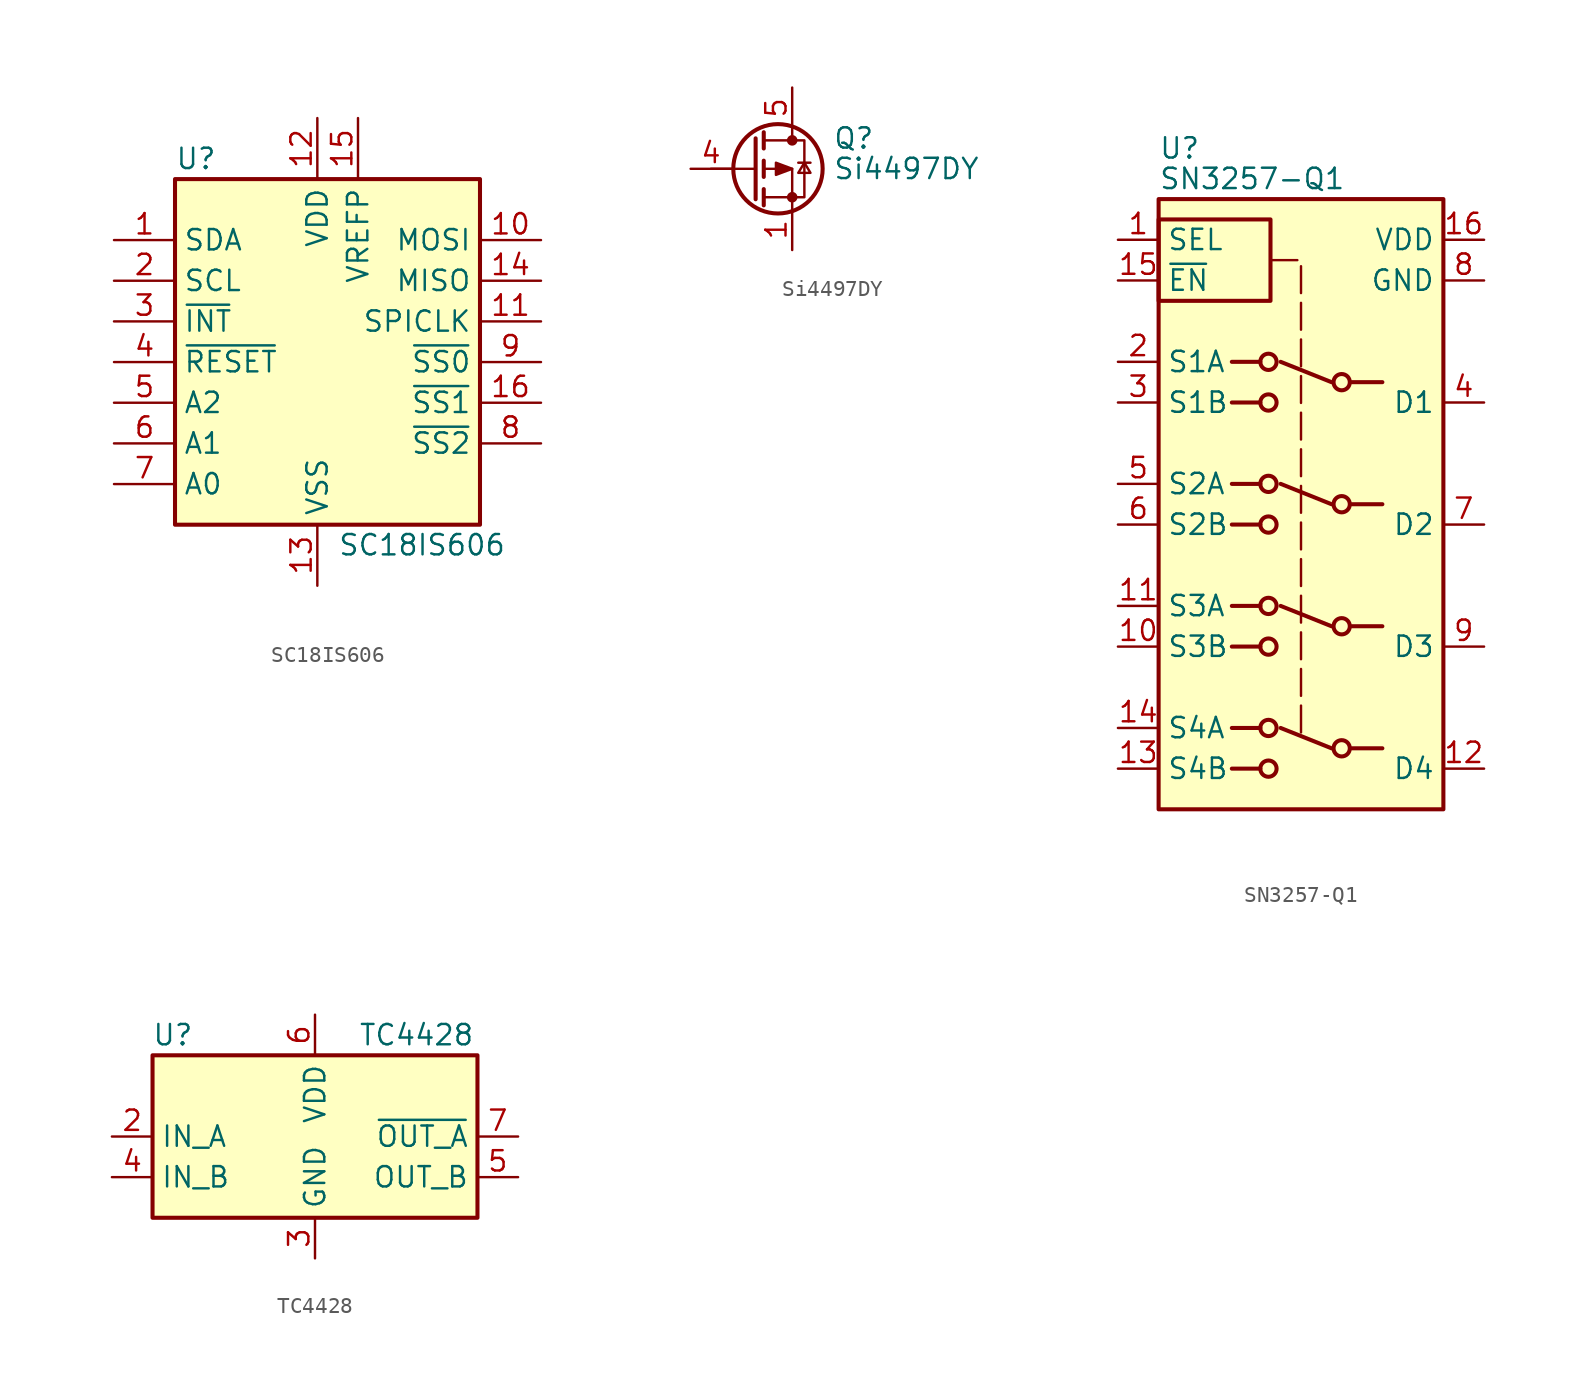
<source format=kicad_sym>
(kicad_symbol_lib
  (version 20231120)
  (generator "kicad_symbol_editor")
  (generator_version "8.0")
  (symbol "SC18IS606"
    (property "Reference" "U"
      (at -8.255 10.16 0)
      (effects (font (size 1.27 1.27)) (justify left)))
    (property "Value" "SC18IS606"
      (at 1.905 -13.97 0)
      (effects (font (size 1.27 1.27)) (justify left)))
    (symbol "SC18IS606_0_1"
      (rectangle (start -8.255 8.89) (end 10.795 -12.7) (stroke (width 0.254) (type default)) (fill (type background))))
    (symbol "SC18IS606_1_1"
      (pin bidirectional line (at -12.065 5.08 0) (length 3.81) (name "SDA" (effects (font (size 1.27 1.27)))) (number "1" (effects (font (size 1.27 1.27)))))
      (pin output line (at 14.605 5.08 180) (length 3.81) (name "MOSI" (effects (font (size 1.27 1.27)))) (number "10" (effects (font (size 1.27 1.27)))))
      (pin output line (at 14.605 0 180) (length 3.81) (name "SPICLK" (effects (font (size 1.27 1.27)))) (number "11" (effects (font (size 1.27 1.27)))))
      (pin power_in line (at 0.635 12.7 270) (length 3.81) (name "VDD" (effects (font (size 1.27 1.27)))) (number "12" (effects (font (size 1.27 1.27)))))
      (pin power_in line (at 0.635 -16.51 90) (length 3.81) (name "VSS" (effects (font (size 1.27 1.27)))) (number "13" (effects (font (size 1.27 1.27)))))
      (pin input line (at 14.605 2.54 180) (length 3.81) (name "MISO" (effects (font (size 1.27 1.27)))) (number "14" (effects (font (size 1.27 1.27)))))
      (pin input line (at 3.175 12.7 270) (length 3.81) (name "VREFP" (effects (font (size 1.27 1.27)))) (number "15" (effects (font (size 1.27 1.27)))))
      (pin output line (at 14.605 -5.08 180) (length 3.81) (name "~{SS1}" (effects (font (size 1.27 1.27)))) (number "16" (effects (font (size 1.27 1.27)))))
      (pin bidirectional line (at -12.065 2.54 0) (length 3.81) (name "SCL" (effects (font (size 1.27 1.27)))) (number "2" (effects (font (size 1.27 1.27)))))
      (pin output line (at -12.065 0 0) (length 3.81) (name "~{INT}" (effects (font (size 1.27 1.27)))) (number "3" (effects (font (size 1.27 1.27)))))
      (pin input line (at -12.065 -2.54 0) (length 3.81) (name "~{RESET}" (effects (font (size 1.27 1.27)))) (number "4" (effects (font (size 1.27 1.27)))))
      (pin input line (at -12.065 -5.08 0) (length 3.81) (name "A2" (effects (font (size 1.27 1.27)))) (number "5" (effects (font (size 1.27 1.27)))))
      (pin input line (at -12.065 -7.62 0) (length 3.81) (name "A1" (effects (font (size 1.27 1.27)))) (number "6" (effects (font (size 1.27 1.27)))))
      (pin input line (at -12.065 -10.16 0) (length 3.81) (name "A0" (effects (font (size 1.27 1.27)))) (number "7" (effects (font (size 1.27 1.27)))))
      (pin output line (at 14.605 -7.62 180) (length 3.81) (name "~{SS2}" (effects (font (size 1.27 1.27)))) (number "8" (effects (font (size 1.27 1.27)))))
      (pin output line (at 14.605 -2.54 180) (length 3.81) (name "~{SS0}" (effects (font (size 1.27 1.27)))) (number "9" (effects (font (size 1.27 1.27)))))))
  (symbol "Si4497DY"
    (pin_names hide)
    (property "Reference" "Q"
      (at 5.08 1.905 0)
      (effects (font (size 1.27 1.27)) (justify left)))
    (property "Value" "Si4497DY"
      (at 5.08 0 0)
      (effects (font (size 1.27 1.27)) (justify left)))
    (symbol "Si4497DY_0_1"
      (polyline (pts (xy 0.254 0) (xy -2.54 0)) (stroke (width 0) (type default)) (fill (type none)))
      (polyline (pts (xy 0.254 1.905) (xy 0.254 -1.905)) (stroke (width 0.254) (type default)) (fill (type none)))
      (polyline (pts (xy 0.762 -1.27) (xy 0.762 -2.286)) (stroke (width 0.254) (type default)) (fill (type none)))
      (polyline (pts (xy 0.762 0.508) (xy 0.762 -0.508)) (stroke (width 0.254) (type default)) (fill (type none)))
      (polyline (pts (xy 0.762 2.286) (xy 0.762 1.27)) (stroke (width 0.254) (type default)) (fill (type none)))
      (polyline (pts (xy 2.54 2.54) (xy 2.54 1.778)) (stroke (width 0) (type default)) (fill (type none)))
      (polyline (pts (xy 2.921 0.381) (xy 3.683 0.381)) (stroke (width 0) (type default)) (fill (type none)))
      (polyline (pts (xy 2.54 -2.54) (xy 2.54 0) (xy 0.762 0)) (stroke (width 0) (type default)) (fill (type none)))
      (polyline (pts (xy 0.762 -1.778) (xy 3.302 -1.778) (xy 3.302 1.778) (xy 0.762 1.778)) (stroke (width 0) (type default)) (fill (type none)))
      (polyline (pts (xy 2.54 0) (xy 1.524 0.381) (xy 1.524 -0.381) (xy 2.54 0)) (stroke (width 0) (type default)) (fill (type outline)))
      (polyline (pts (xy 3.302 0.381) (xy 2.921 -0.254) (xy 3.683 -0.254) (xy 3.302 0.381)) (stroke (width 0) (type default)) (fill (type none)))
      (circle (center 1.651 0) (radius 2.794) (stroke (width 0.254) (type default)) (fill (type none)))
      (circle (center 2.54 -1.778) (radius 0.254) (stroke (width 0) (type default)) (fill (type outline)))
      (circle (center 2.54 1.778) (radius 0.254) (stroke (width 0) (type default)) (fill (type outline))))
    (symbol "Si4497DY_1_1"
      (pin passive line (at 2.54 -5.08 90) (length 2.54) (name "S" (effects (font (size 1.27 1.27)))) (number "1" (effects (font (size 1.27 1.27)))))
      (pin passive line (at 2.54 -5.08 90) (length 2.54) hide (name "S" (effects (font (size 1.27 1.27)))) (number "2" (effects (font (size 1.27 1.27)))))
      (pin input line (at 2.54 -5.08 90) (length 2.54) hide (name "S" (effects (font (size 1.27 1.27)))) (number "3" (effects (font (size 1.27 1.27)))))
      (pin passive line (at -3.81 0 0) (length 2.54) (name "G" (effects (font (size 1.27 1.27)))) (number "4" (effects (font (size 1.27 1.27)))))
      (pin passive line (at 2.54 5.08 270) (length 2.54) (name "D" (effects (font (size 1.27 1.27)))) (number "5" (effects (font (size 1.27 1.27)))))
      (pin passive line (at 2.54 5.08 270) (length 2.54) hide (name "D" (effects (font (size 1.27 1.27)))) (number "6" (effects (font (size 1.27 1.27)))))
      (pin passive line (at 2.54 5.08 270) (length 2.54) hide (name "D" (effects (font (size 1.27 1.27)))) (number "7" (effects (font (size 1.27 1.27)))))
      (pin passive line (at 2.54 5.08 270) (length 2.54) hide (name "D" (effects (font (size 1.27 1.27)))) (number "8" (effects (font (size 1.27 1.27)))))))
  (symbol "SN3257-Q1"
    (property "Reference" "U"
      (at -7.62 23.495 0)
      (effects (font (size 1.27 1.27)) (justify left)))
    (property "Value" "SN3257-Q1"
      (at -7.62 21.59 0)
      (effects (font (size 1.27 1.27)) (justify left)))
    (symbol "SN3257-Q1_0_1"
      (rectangle (start -7.62 19.05) (end -0.635 13.97) (stroke (width 0.254) (type default)) (fill (type none)))
      (rectangle (start -7.62 20.32) (end 10.16 -17.78) (stroke (width 0.254) (type default)) (fill (type background)))
      (circle (center -0.762 -15.24) (radius 0.508) (stroke (width 0.254) (type default)) (fill (type none)))
      (circle (center -0.762 -12.7) (radius 0.508) (stroke (width 0.254) (type default)) (fill (type none)))
      (circle (center -0.762 -7.62) (radius 0.508) (stroke (width 0.254) (type default)) (fill (type none)))
      (circle (center -0.762 -5.08) (radius 0.508) (stroke (width 0.254) (type default)) (fill (type none)))
      (circle (center -0.762 0) (radius 0.508) (stroke (width 0.254) (type default)) (fill (type none)))
      (circle (center -0.762 2.54) (radius 0.508) (stroke (width 0.254) (type default)) (fill (type none)))
      (circle (center -0.762 7.62) (radius 0.508) (stroke (width 0.254) (type default)) (fill (type none)))
      (circle (center -0.762 10.16) (radius 0.508) (stroke (width 0.254) (type default)) (fill (type none)))
      (polyline (pts (xy -1.27 -15.24) (xy -3.048 -15.24)) (stroke (width 0.254) (type default)) (fill (type none)))
      (polyline (pts (xy -1.27 -12.7) (xy -3.048 -12.7)) (stroke (width 0.254) (type default)) (fill (type none)))
      (polyline (pts (xy -1.27 -7.62) (xy -3.048 -7.62)) (stroke (width 0.254) (type default)) (fill (type none)))
      (polyline (pts (xy -1.27 -5.08) (xy -3.048 -5.08)) (stroke (width 0.254) (type default)) (fill (type none)))
      (polyline (pts (xy -1.27 0) (xy -3.048 0)) (stroke (width 0.254) (type default)) (fill (type none)))
      (polyline (pts (xy -1.27 2.54) (xy -3.048 2.54)) (stroke (width 0.254) (type default)) (fill (type none)))
      (polyline (pts (xy -1.27 7.62) (xy -3.048 7.62)) (stroke (width 0.254) (type default)) (fill (type none)))
      (polyline (pts (xy -1.27 10.16) (xy -3.048 10.16)) (stroke (width 0.254) (type default)) (fill (type none)))
      (polyline (pts (xy 3.175 -13.97) (xy 0 -12.7)) (stroke (width 0.254) (type default)) (fill (type none)))
      (polyline (pts (xy 3.175 -6.35) (xy 0 -5.08)) (stroke (width 0.254) (type default)) (fill (type none)))
      (polyline (pts (xy 3.175 1.27) (xy 0 2.54)) (stroke (width 0.254) (type default)) (fill (type none)))
      (polyline (pts (xy 3.175 8.89) (xy 0 10.16)) (stroke (width 0.254) (type default)) (fill (type none)))
      (polyline (pts (xy 4.445 -13.97) (xy 6.35 -13.97)) (stroke (width 0.254) (type default)) (fill (type none)))
      (polyline (pts (xy 4.445 -6.35) (xy 6.35 -6.35)) (stroke (width 0.254) (type default)) (fill (type none)))
      (polyline (pts (xy 4.445 1.27) (xy 6.35 1.27)) (stroke (width 0.254) (type default)) (fill (type none)))
      (polyline (pts (xy 4.445 8.89) (xy 6.35 8.89)) (stroke (width 0.254) (type default)) (fill (type none)))
      (circle (center 3.81 -13.97) (radius 0.508) (stroke (width 0.254) (type default)) (fill (type none)))
      (circle (center 3.81 -6.35) (radius 0.508) (stroke (width 0.254) (type default)) (fill (type none)))
      (circle (center 3.81 1.27) (radius 0.508) (stroke (width 0.254) (type default)) (fill (type none)))
      (circle (center 3.81 8.89) (radius 0.508) (stroke (width 0.254) (type default)) (fill (type none))))
    (symbol "SN3257-Q1_1_0"
      (pin power_in line (at 12.7 15.24 180) (length 2.54) (name "GND" (effects (font (size 1.27 1.27)))) (number "8" (effects (font (size 1.27 1.27))))))
    (symbol "SN3257-Q1_1_1"
      (polyline (pts (xy -0.635 16.51) (xy 1.27 16.51) (xy 1.27 -13.335)) (stroke (width 0) (type dash)) (fill (type none)))
      (pin input line (at -10.16 17.78 0) (length 2.54) (name "SEL" (effects (font (size 1.27 1.27)))) (number "1" (effects (font (size 1.27 1.27)))))
      (pin bidirectional line (at -10.16 -7.62 0) (length 2.54) (name "S3B" (effects (font (size 1.27 1.27)))) (number "10" (effects (font (size 1.27 1.27)))))
      (pin bidirectional line (at -10.16 -5.08 0) (length 2.54) (name "S3A" (effects (font (size 1.27 1.27)))) (number "11" (effects (font (size 1.27 1.27)))))
      (pin bidirectional line (at 12.7 -15.24 180) (length 2.54) (name "D4" (effects (font (size 1.27 1.27)))) (number "12" (effects (font (size 1.27 1.27)))))
      (pin bidirectional line (at -10.16 -15.24 0) (length 2.54) (name "S4B" (effects (font (size 1.27 1.27)))) (number "13" (effects (font (size 1.27 1.27)))))
      (pin bidirectional line (at -10.16 -12.7 0) (length 2.54) (name "S4A" (effects (font (size 1.27 1.27)))) (number "14" (effects (font (size 1.27 1.27)))))
      (pin input line (at -10.16 15.24 0) (length 2.54) (name "~{EN}" (effects (font (size 1.27 1.27)))) (number "15" (effects (font (size 1.27 1.27)))))
      (pin power_in line (at 12.7 17.78 180) (length 2.54) (name "VDD" (effects (font (size 1.27 1.27)))) (number "16" (effects (font (size 1.27 1.27)))))
      (pin bidirectional line (at -10.16 10.16 0) (length 2.54) (name "S1A" (effects (font (size 1.27 1.27)))) (number "2" (effects (font (size 1.27 1.27)))))
      (pin bidirectional line (at -10.16 7.62 0) (length 2.54) (name "S1B" (effects (font (size 1.27 1.27)))) (number "3" (effects (font (size 1.27 1.27)))))
      (pin bidirectional line (at 12.7 7.62 180) (length 2.54) (name "D1" (effects (font (size 1.27 1.27)))) (number "4" (effects (font (size 1.27 1.27)))))
      (pin bidirectional line (at -10.16 2.54 0) (length 2.54) (name "S2A" (effects (font (size 1.27 1.27)))) (number "5" (effects (font (size 1.27 1.27)))))
      (pin bidirectional line (at -10.16 0 0) (length 2.54) (name "S2B" (effects (font (size 1.27 1.27)))) (number "6" (effects (font (size 1.27 1.27)))))
      (pin bidirectional line (at 12.7 0 180) (length 2.54) (name "D2" (effects (font (size 1.27 1.27)))) (number "7" (effects (font (size 1.27 1.27)))))
      (pin bidirectional line (at 12.7 -7.62 180) (length 2.54) (name "D3" (effects (font (size 1.27 1.27)))) (number "9" (effects (font (size 1.27 1.27)))))))
  (symbol "TC4428"
    (property "Reference" "U"
      (at -8.89 6.35 0)
      (effects (font (size 1.27 1.27))))
    (property "Value" "TC4428"
      (at 6.35 6.35 0)
      (effects (font (size 1.27 1.27))))
    (symbol "TC4428_0_1"
      (rectangle (start -10.16 5.08) (end 10.16 -5.08) (stroke (width 0.254) (type default)) (fill (type background))))
    (symbol "TC4428_1_1"
      (pin passive line (at -5.715 7.62 270) (length 2.54) hide (name "NC" (effects (font (size 1.27 1.27)))) (number "1" (effects (font (size 1.27 1.27)))))
      (pin input line (at -12.7 0 0) (length 2.54) (name "IN_A" (effects (font (size 1.27 1.27)))) (number "2" (effects (font (size 1.27 1.27)))))
      (pin input line (at 0 -7.62 90) (length 2.54) (name "GND" (effects (font (size 1.27 1.27)))) (number "3" (effects (font (size 1.27 1.27)))))
      (pin input line (at -12.7 -2.54 0) (length 2.54) (name "IN_B" (effects (font (size 1.27 1.27)))) (number "4" (effects (font (size 1.27 1.27)))))
      (pin passive line (at 12.7 -2.54 180) (length 2.54) (name "OUT_B" (effects (font (size 1.27 1.27)))) (number "5" (effects (font (size 1.27 1.27)))))
      (pin power_in line (at 0 7.62 270) (length 2.54) (name "VDD" (effects (font (size 1.27 1.27)))) (number "6" (effects (font (size 1.27 1.27)))))
      (pin output line (at 12.7 0 180) (length 2.54) (name "~{OUT_A}" (effects (font (size 1.27 1.27)))) (number "7" (effects (font (size 1.27 1.27)))))
      (pin passive line (at -5.715 -7.62 90) (length 2.54) hide (name "NC" (effects (font (size 1.27 1.27)))) (number "8" (effects (font (size 1.27 1.27))))))))
</source>
